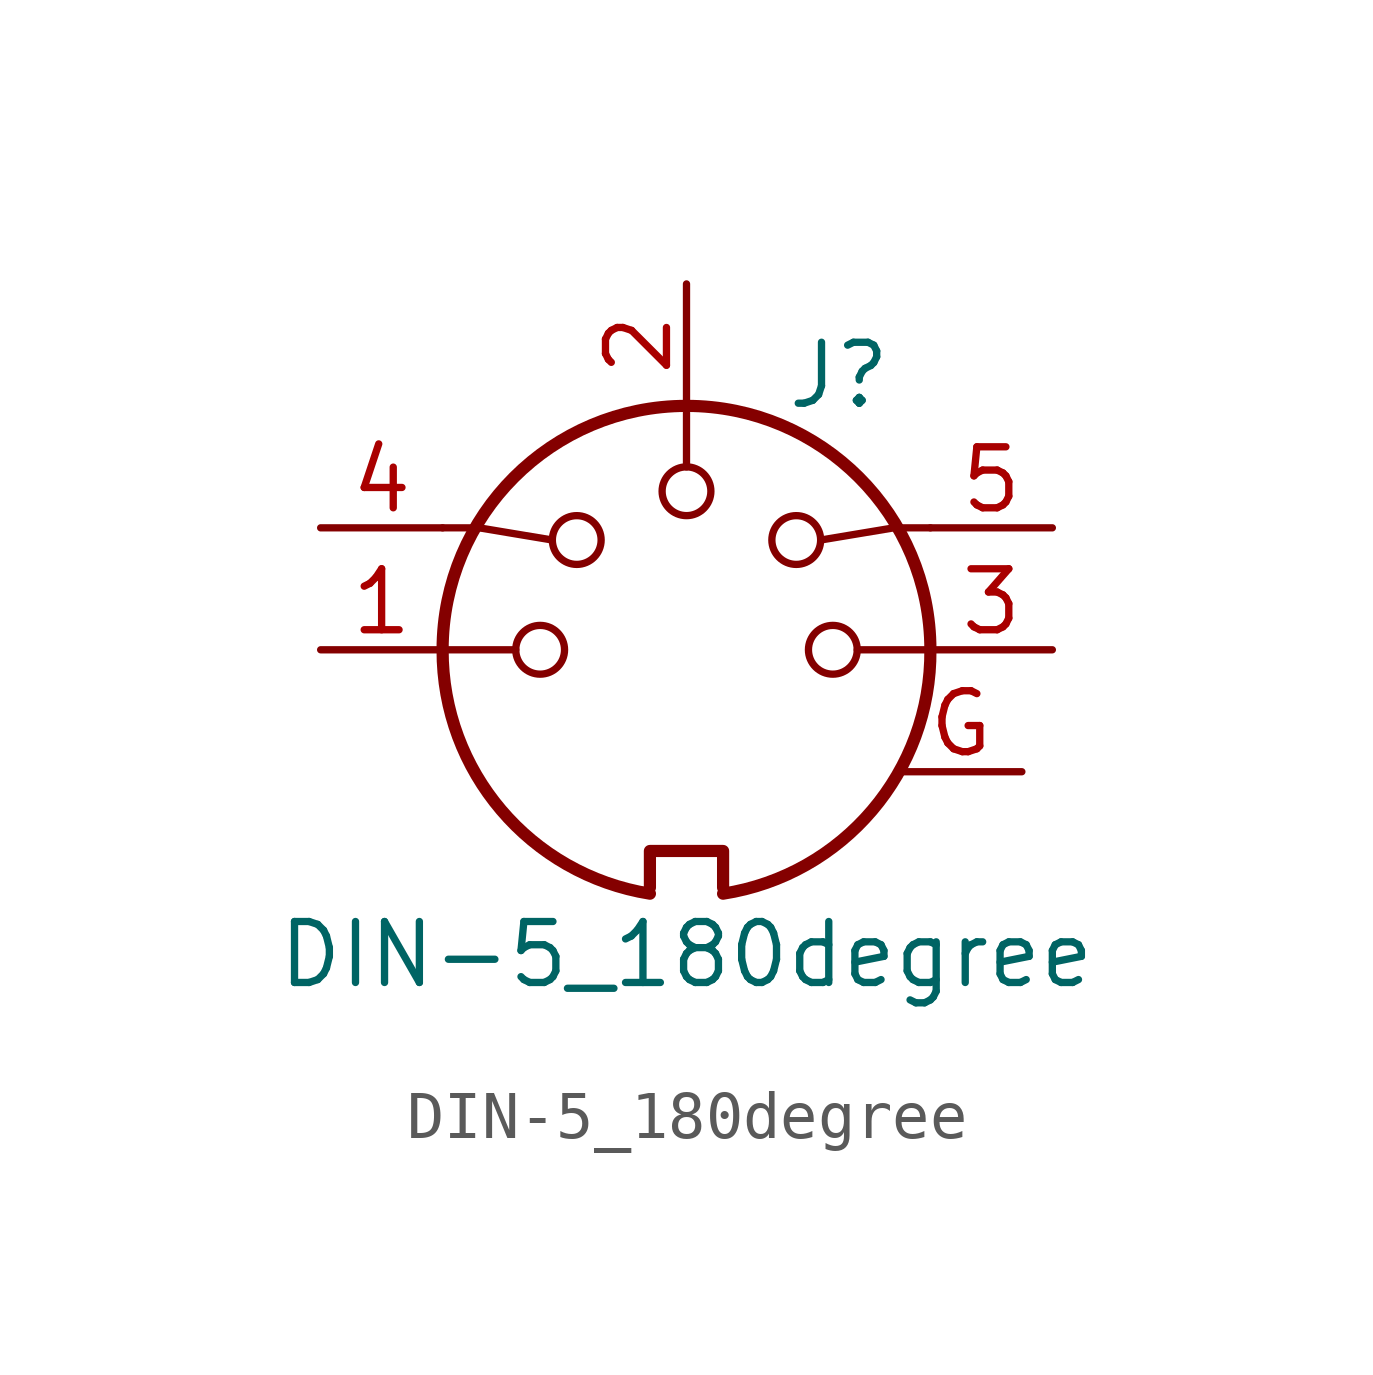
<source format=kicad_sym>
(kicad_symbol_lib
  (version 20211014)
  (generator kicad_symbol_editor)
  (symbol "DIN-5_180degree"
    (pin_names
      (offset 1.016))
    (property "Reference" "J"
      (at 3.175 5.715 0)
      (effects (font (size 1.27 1.27))))
    (property "Value" "DIN-5_180degree"
      (at 0 -6.35 0)
      (effects (font (size 1.27 1.27))))
    (symbol "DIN-5_180degree_0_1"
      (arc (start -5.08 0) (mid -3.8609 -3.3364) (end -0.762 -5.08) (stroke (width 0.254) (type default) (color 0 0 0 0)) (fill (type none)))
      (circle (center -3.048 0) (radius 0.508) (stroke (width 0) (type default) (color 0 0 0 0)) (fill (type none)))
      (circle (center -2.286 2.286) (radius 0.508) (stroke (width 0) (type default) (color 0 0 0 0)) (fill (type none)))
      (polyline (pts (xy -5.08 0) (xy -3.556 0)) (stroke (width 0) (type default) (color 0 0 0 0)) (fill (type none)))
      (polyline (pts (xy 0 5.08) (xy 0 3.81)) (stroke (width 0) (type default) (color 0 0 0 0)) (fill (type none)))
      (polyline (pts (xy 5.08 0) (xy 3.556 0)) (stroke (width 0) (type default) (color 0 0 0 0)) (fill (type none)))
      (polyline (pts (xy -5.08 2.54) (xy -4.318 2.54) (xy -2.794 2.286)) (stroke (width 0) (type default) (color 0 0 0 0)) (fill (type none)))
      (polyline (pts (xy 5.08 2.54) (xy 4.318 2.54) (xy 2.794 2.286)) (stroke (width 0) (type default) (color 0 0 0 0)) (fill (type none)))
      (polyline (pts (xy -0.762 -4.953) (xy -0.762 -4.191) (xy 0.762 -4.191) (xy 0.762 -4.953)) (stroke (width 0.254) (type default) (color 0 0 0 0)) (fill (type none)))
      (circle (center 0 3.302) (radius 0.508) (stroke (width 0) (type default) (color 0 0 0 0)) (fill (type none)))
      (arc (start 0.762 -5.08) (mid 3.8685 -3.343) (end 5.08 0) (stroke (width 0.254) (type default) (color 0 0 0 0)) (fill (type none)))
      (circle (center 2.286 2.286) (radius 0.508) (stroke (width 0) (type default) (color 0 0 0 0)) (fill (type none)))
      (circle (center 3.048 0) (radius 0.508) (stroke (width 0) (type default) (color 0 0 0 0)) (fill (type none)))
      (arc (start 5.08 0) (mid 0 5.08) (end -5.08 0) (stroke (width 0.254) (type default) (color 0 0 0 0)) (fill (type none))))
    (symbol "DIN-5_180degree_1_1"
      (pin passive line (at -7.62 0 0) (length 2.54) (name "~" (effects (font (size 1.27 1.27)))) (number "1" (effects (font (size 1.27 1.27)))))
      (pin passive line (at 0 7.62 270) (length 2.54) (name "~" (effects (font (size 1.27 1.27)))) (number "2" (effects (font (size 1.27 1.27)))))
      (pin passive line (at 7.62 0 180) (length 2.54) (name "~" (effects (font (size 1.27 1.27)))) (number "3" (effects (font (size 1.27 1.27)))))
      (pin passive line (at -7.62 2.54 0) (length 2.54) (name "~" (effects (font (size 1.27 1.27)))) (number "4" (effects (font (size 1.27 1.27)))))
      (pin passive line (at 7.62 2.54 180) (length 2.54) (name "~" (effects (font (size 1.27 1.27)))) (number "5" (effects (font (size 1.27 1.27)))))
      (pin passive line (at 6.985 -2.54 180) (length 2.54) (name "~" (effects (font (size 1.27 1.27)))) (number "G" (effects (font (size 1.27 1.27))))))))
</source>
